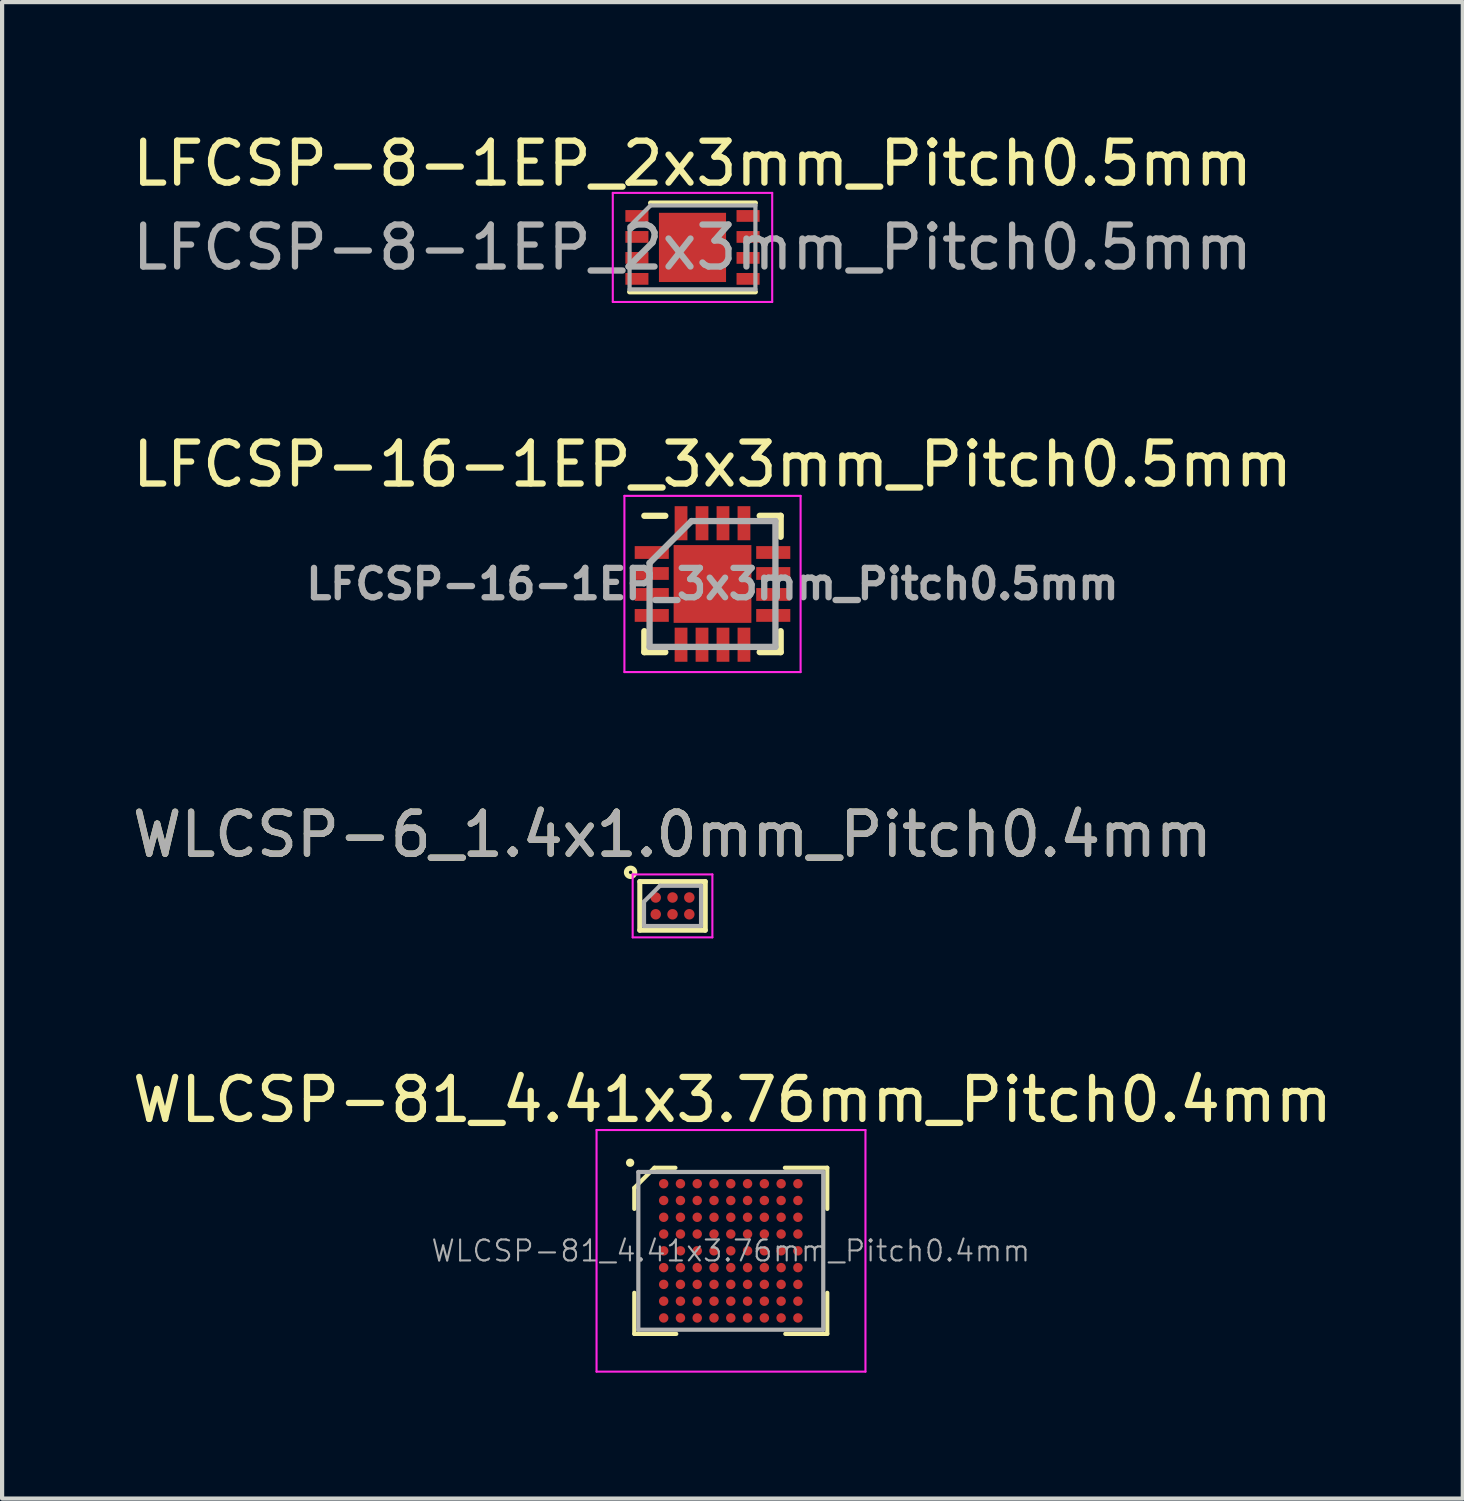
<source format=kicad_pcb>
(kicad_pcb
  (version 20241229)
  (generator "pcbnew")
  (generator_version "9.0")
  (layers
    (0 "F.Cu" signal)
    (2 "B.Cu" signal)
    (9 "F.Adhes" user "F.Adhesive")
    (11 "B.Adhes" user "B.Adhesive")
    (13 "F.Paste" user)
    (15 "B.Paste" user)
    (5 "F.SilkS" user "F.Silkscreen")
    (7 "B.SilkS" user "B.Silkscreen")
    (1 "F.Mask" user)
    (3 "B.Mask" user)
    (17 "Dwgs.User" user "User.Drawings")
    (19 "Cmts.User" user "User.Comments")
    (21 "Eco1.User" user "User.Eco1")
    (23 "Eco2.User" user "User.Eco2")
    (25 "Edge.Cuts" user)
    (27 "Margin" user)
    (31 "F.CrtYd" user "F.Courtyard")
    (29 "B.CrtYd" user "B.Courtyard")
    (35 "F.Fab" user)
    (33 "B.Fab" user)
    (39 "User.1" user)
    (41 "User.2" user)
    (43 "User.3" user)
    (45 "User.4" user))
  (footprint "LFCSP-16-1EP_3x3mm_Pitch0.5mm"
    (layer "F.Cu")
    (at 13.935 10.871)
    (property "Reference" "LFCSP-16-1EP_3x3mm_Pitch0.5mm" (at 0 -2.85 0) (layer "F.SilkS") (effects (font (size 1 1) (thickness 0.15))))
    (attr smd)
    (fp_line (start -1.625 -1.625) (end -1.125 -1.625) (stroke (width 0.15) (type solid)) (layer "F.SilkS"))
    (fp_line (start -1.625 1.625) (end -1.625 1.125) (stroke (width 0.15) (type solid)) (layer "F.SilkS"))
    (fp_line (start -1.625 1.625) (end -1.125 1.625) (stroke (width 0.15) (type solid)) (layer "F.SilkS"))
    (fp_line (start 1.625 -1.625) (end 1.125 -1.625) (stroke (width 0.15) (type solid)) (layer "F.SilkS"))
    (fp_line (start 1.625 -1.625) (end 1.625 -1.125) (stroke (width 0.15) (type solid)) (layer "F.SilkS"))
    (fp_line (start 1.625 1.625) (end 1.125 1.625) (stroke (width 0.15) (type solid)) (layer "F.SilkS"))
    (fp_line (start 1.625 1.625) (end 1.625 1.125) (stroke (width 0.15) (type solid)) (layer "F.SilkS"))
    (fp_line (start -2.1 -2.1) (end -2.1 2.1) (stroke (width 0.05) (type solid)) (layer "F.CrtYd"))
    (fp_line (start -2.1 -2.1) (end 2.1 -2.1) (stroke (width 0.05) (type solid)) (layer "F.CrtYd"))
    (fp_line (start -2.1 2.1) (end 2.1 2.1) (stroke (width 0.05) (type solid)) (layer "F.CrtYd"))
    (fp_line (start 2.1 -2.1) (end 2.1 2.1) (stroke (width 0.05) (type solid)) (layer "F.CrtYd"))
    (fp_line (start -1.5 -0.5) (end -0.5 -1.5) (stroke (width 0.15) (type solid)) (layer "F.Fab"))
    (fp_line (start -1.5 1.5) (end -1.5 -0.5) (stroke (width 0.15) (type solid)) (layer "F.Fab"))
    (fp_line (start -0.5 -1.5) (end 1.5 -1.5) (stroke (width 0.15) (type solid)) (layer "F.Fab"))
    (fp_line (start 1.5 -1.5) (end 1.5 1.5) (stroke (width 0.15) (type solid)) (layer "F.Fab"))
    (fp_line (start 1.5 1.5) (end -1.5 1.5) (stroke (width 0.15) (type solid)) (layer "F.Fab"))
    (fp_text user "${REFERENCE}" (at 0 0 0) (layer "F.Fab") (effects (font (size 0.7 0.7) (thickness 0.15))))
    (pad "" smd rect (at -0.45 -0.45) (size 0.7 0.7) (layers "F.Paste"))
    (pad "" smd rect (at -0.45 0.45) (size 0.7 0.7) (layers "F.Paste"))
    (pad "" smd rect (at 0.45 -0.45) (size 0.7 0.7) (layers "F.Paste"))
    (pad "" smd rect (at 0.45 0.45) (size 0.7 0.7) (layers "F.Paste"))
    (pad "1" smd rect (at -1.448 -0.75) (size 0.813 0.305) (layers "F.Cu" "F.Mask" "F.Paste"))
    (pad "2" smd rect (at -1.448 -0.25) (size 0.813 0.305) (layers "F.Cu" "F.Mask" "F.Paste"))
    (pad "3" smd rect (at -1.448 0.25) (size 0.813 0.305) (layers "F.Cu" "F.Mask" "F.Paste"))
    (pad "4" smd rect (at -1.448 0.75) (size 0.813 0.305) (layers "F.Cu" "F.Mask" "F.Paste"))
    (pad "5" smd rect (at -0.75 1.448) (size 0.305 0.813) (layers "F.Cu" "F.Mask" "F.Paste"))
    (pad "6" smd rect (at -0.25 1.448) (size 0.305 0.813) (layers "F.Cu" "F.Mask" "F.Paste"))
    (pad "7" smd rect (at 0.25 1.448) (size 0.305 0.813) (layers "F.Cu" "F.Mask" "F.Paste"))
    (pad "8" smd rect (at 0.75 1.448) (size 0.305 0.813) (layers "F.Cu" "F.Mask" "F.Paste"))
    (pad "9" smd rect (at 1.448 0.75) (size 0.813 0.305) (layers "F.Cu" "F.Mask" "F.Paste"))
    (pad "10" smd rect (at 1.448 0.25) (size 0.813 0.305) (layers "F.Cu" "F.Mask" "F.Paste"))
    (pad "11" smd rect (at 1.448 -0.25) (size 0.813 0.305) (layers "F.Cu" "F.Mask" "F.Paste"))
    (pad "12" smd rect (at 1.448 -0.75) (size 0.813 0.305) (layers "F.Cu" "F.Mask" "F.Paste"))
    (pad "13" smd rect (at 0.75 -1.448) (size 0.305 0.813) (layers "F.Cu" "F.Mask" "F.Paste"))
    (pad "14" smd rect (at 0.25 -1.448) (size 0.305 0.813) (layers "F.Cu" "F.Mask" "F.Paste"))
    (pad "15" smd rect (at -0.25 -1.448) (size 0.305 0.813) (layers "F.Cu" "F.Mask" "F.Paste"))
    (pad "16" smd rect (at -0.75 -1.448) (size 0.305 0.813) (layers "F.Cu" "F.Mask" "F.Paste"))
    (pad "17" smd rect (at 0 0) (size 1.854 1.854) (layers "F.Cu" "F.Mask")))
  (footprint "WLCSP-81_4.41x3.76mm_Pitch0.4mm"
    (layer "F.Cu")
    (at 14.371 26.768)
    (property "Reference" "WLCSP-81_4.41x3.76mm_Pitch0.4mm" (at 0.04 -3.6 0) (layer "F.SilkS") (effects (font (size 1 1) (thickness 0.15))))
    (attr smd)
    (fp_line (start -2.3 -1.5) (end -2.3 -1) (stroke (width 0.1) (type solid)) (layer "F.SilkS"))
    (fp_line (start -2.3 1) (end -2.3 1.98) (stroke (width 0.1) (type solid)) (layer "F.SilkS"))
    (fp_line (start -2.3 1.98) (end -1.3 1.98) (stroke (width 0.1) (type solid)) (layer "F.SilkS"))
    (fp_line (start -1.82 -1.98) (end -2.3 -1.5) (stroke (width 0.1) (type solid)) (layer "F.SilkS"))
    (fp_line (start -1.32 -1.98) (end -1.82 -1.98) (stroke (width 0.1) (type solid)) (layer "F.SilkS"))
    (fp_line (start 1.29 -1.98) (end 2.3 -1.98) (stroke (width 0.1) (type solid)) (layer "F.SilkS"))
    (fp_line (start 2.3 -1.98) (end 2.3 -1) (stroke (width 0.1) (type solid)) (layer "F.SilkS"))
    (fp_line (start 2.3 1) (end 2.3 1.98) (stroke (width 0.1) (type solid)) (layer "F.SilkS"))
    (fp_line (start 2.3 1.98) (end 1.3 1.98) (stroke (width 0.1) (type solid)) (layer "F.SilkS"))
    (fp_circle (center -2.4 -2.1) (end -2.35 -2.1) (stroke (width 0.1) (type solid)) (fill no) (layer "F.SilkS"))
    (fp_line (start -3.2 -2.88) (end -3.2 2.88) (stroke (width 0.05) (type solid)) (layer "F.CrtYd"))
    (fp_line (start -3.2 -2.88) (end 3.21 -2.88) (stroke (width 0.05) (type solid)) (layer "F.CrtYd"))
    (fp_line (start -3.2 2.88) (end 3.21 2.88) (stroke (width 0.05) (type solid)) (layer "F.CrtYd"))
    (fp_line (start 3.21 2.88) (end 3.21 -2.88) (stroke (width 0.05) (type solid)) (layer "F.CrtYd"))
    (fp_line (start -2.204 -1.88) (end -2.204 1.88) (stroke (width 0.1) (type solid)) (layer "F.Fab"))
    (fp_line (start -2.204 -1.88) (end 2.204 -1.88) (stroke (width 0.1) (type solid)) (layer "F.Fab"))
    (fp_line (start -2.204 1.88) (end 2.204 1.88) (stroke (width 0.1) (type solid)) (layer "F.Fab"))
    (fp_line (start 2.204 -1.88) (end 2.204 1.88) (stroke (width 0.1) (type solid)) (layer "F.Fab"))
    (fp_text user "${REFERENCE}" (at 0 0 0) (layer "F.Fab") (effects (font (size 0.5 0.5) (thickness 0.05))))
    (pad "A1" smd circle (at -1.6 -1.6) (size 0.225 0.225) (layers "F.Cu" "F.Mask" "F.Paste"))
    (pad "A2" smd circle (at -1.2 -1.6) (size 0.225 0.225) (layers "F.Cu" "F.Mask" "F.Paste"))
    (pad "A3" smd circle (at -0.8 -1.6) (size 0.225 0.225) (layers "F.Cu" "F.Mask" "F.Paste"))
    (pad "A4" smd circle (at -0.4 -1.6) (size 0.225 0.225) (layers "F.Cu" "F.Mask" "F.Paste"))
    (pad "A5" smd circle (at 0 -1.6) (size 0.225 0.225) (layers "F.Cu" "F.Mask" "F.Paste"))
    (pad "A6" smd circle (at 0.4 -1.6) (size 0.225 0.225) (layers "F.Cu" "F.Mask" "F.Paste"))
    (pad "A7" smd circle (at 0.8 -1.6) (size 0.225 0.225) (layers "F.Cu" "F.Mask" "F.Paste"))
    (pad "A8" smd circle (at 1.2 -1.6) (size 0.225 0.225) (layers "F.Cu" "F.Mask" "F.Paste"))
    (pad "A9" smd circle (at 1.6 -1.6) (size 0.225 0.225) (layers "F.Cu" "F.Mask" "F.Paste"))
    (pad "B1" smd circle (at -1.6 -1.2) (size 0.225 0.225) (layers "F.Cu" "F.Mask" "F.Paste"))
    (pad "B2" smd circle (at -1.2 -1.2) (size 0.225 0.225) (layers "F.Cu" "F.Mask" "F.Paste"))
    (pad "B3" smd circle (at -0.8 -1.2) (size 0.225 0.225) (layers "F.Cu" "F.Mask" "F.Paste"))
    (pad "B4" smd circle (at -0.4 -1.2) (size 0.225 0.225) (layers "F.Cu" "F.Mask" "F.Paste"))
    (pad "B5" smd circle (at 0 -1.2) (size 0.225 0.225) (layers "F.Cu" "F.Mask" "F.Paste"))
    (pad "B6" smd circle (at 0.4 -1.2) (size 0.225 0.225) (layers "F.Cu" "F.Mask" "F.Paste"))
    (pad "B7" smd circle (at 0.8 -1.2) (size 0.225 0.225) (layers "F.Cu" "F.Mask" "F.Paste"))
    (pad "B8" smd circle (at 1.2 -1.2) (size 0.225 0.225) (layers "F.Cu" "F.Mask" "F.Paste"))
    (pad "B9" smd circle (at 1.6 -1.2) (size 0.225 0.225) (layers "F.Cu" "F.Mask" "F.Paste"))
    (pad "C1" smd circle (at -1.6 -0.8) (size 0.225 0.225) (layers "F.Cu" "F.Mask" "F.Paste"))
    (pad "C2" smd circle (at -1.2 -0.8) (size 0.225 0.225) (layers "F.Cu" "F.Mask" "F.Paste"))
    (pad "C3" smd circle (at -0.8 -0.8) (size 0.225 0.225) (layers "F.Cu" "F.Mask" "F.Paste"))
    (pad "C4" smd circle (at -0.4 -0.8) (size 0.225 0.225) (layers "F.Cu" "F.Mask" "F.Paste"))
    (pad "C5" smd circle (at 0 -0.8) (size 0.225 0.225) (layers "F.Cu" "F.Mask" "F.Paste"))
    (pad "C6" smd circle (at 0.4 -0.8) (size 0.225 0.225) (layers "F.Cu" "F.Mask" "F.Paste"))
    (pad "C7" smd circle (at 0.8 -0.8) (size 0.225 0.225) (layers "F.Cu" "F.Mask" "F.Paste"))
    (pad "C8" smd circle (at 1.2 -0.8) (size 0.225 0.225) (layers "F.Cu" "F.Mask" "F.Paste"))
    (pad "C9" smd circle (at 1.6 -0.8) (size 0.225 0.225) (layers "F.Cu" "F.Mask" "F.Paste"))
    (pad "D1" smd circle (at -1.6 -0.4) (size 0.225 0.225) (layers "F.Cu" "F.Mask" "F.Paste"))
    (pad "D2" smd circle (at -1.2 -0.4) (size 0.225 0.225) (layers "F.Cu" "F.Mask" "F.Paste"))
    (pad "D3" smd circle (at -0.8 -0.4) (size 0.225 0.225) (layers "F.Cu" "F.Mask" "F.Paste"))
    (pad "D4" smd circle (at -0.4 -0.4) (size 0.225 0.225) (layers "F.Cu" "F.Mask" "F.Paste"))
    (pad "D5" smd circle (at 0 -0.4) (size 0.225 0.225) (layers "F.Cu" "F.Mask" "F.Paste"))
    (pad "D6" smd circle (at 0.4 -0.4) (size 0.225 0.225) (layers "F.Cu" "F.Mask" "F.Paste"))
    (pad "D7" smd circle (at 0.8 -0.4) (size 0.225 0.225) (layers "F.Cu" "F.Mask" "F.Paste"))
    (pad "D8" smd circle (at 1.2 -0.4) (size 0.225 0.225) (layers "F.Cu" "F.Mask" "F.Paste"))
    (pad "D9" smd circle (at 1.6 -0.4) (size 0.225 0.225) (layers "F.Cu" "F.Mask" "F.Paste"))
    (pad "E1" smd circle (at -1.6 0) (size 0.225 0.225) (layers "F.Cu" "F.Mask" "F.Paste"))
    (pad "E2" smd circle (at -1.2 0) (size 0.225 0.225) (layers "F.Cu" "F.Mask" "F.Paste"))
    (pad "E3" smd circle (at -0.8 0) (size 0.225 0.225) (layers "F.Cu" "F.Mask" "F.Paste"))
    (pad "E4" smd circle (at -0.4 0) (size 0.225 0.225) (layers "F.Cu" "F.Mask" "F.Paste"))
    (pad "E5" smd circle (at 0 0) (size 0.225 0.225) (layers "F.Cu" "F.Mask" "F.Paste"))
    (pad "E6" smd circle (at 0.4 0) (size 0.225 0.225) (layers "F.Cu" "F.Mask" "F.Paste"))
    (pad "E7" smd circle (at 0.8 0) (size 0.225 0.225) (layers "F.Cu" "F.Mask" "F.Paste"))
    (pad "E8" smd circle (at 1.2 0) (size 0.225 0.225) (layers "F.Cu" "F.Mask" "F.Paste"))
    (pad "E9" smd circle (at 1.6 0) (size 0.225 0.225) (layers "F.Cu" "F.Mask" "F.Paste"))
    (pad "F1" smd circle (at -1.6 0.4) (size 0.225 0.225) (layers "F.Cu" "F.Mask" "F.Paste"))
    (pad "F2" smd circle (at -1.2 0.4) (size 0.225 0.225) (layers "F.Cu" "F.Mask" "F.Paste"))
    (pad "F3" smd circle (at -0.8 0.4) (size 0.225 0.225) (layers "F.Cu" "F.Mask" "F.Paste"))
    (pad "F4" smd circle (at -0.4 0.4) (size 0.225 0.225) (layers "F.Cu" "F.Mask" "F.Paste"))
    (pad "F5" smd circle (at 0 0.4) (size 0.225 0.225) (layers "F.Cu" "F.Mask" "F.Paste"))
    (pad "F6" smd circle (at 0.4 0.4) (size 0.225 0.225) (layers "F.Cu" "F.Mask" "F.Paste"))
    (pad "F7" smd circle (at 0.8 0.4) (size 0.225 0.225) (layers "F.Cu" "F.Mask" "F.Paste"))
    (pad "F8" smd circle (at 1.2 0.4) (size 0.225 0.225) (layers "F.Cu" "F.Mask" "F.Paste"))
    (pad "F9" smd circle (at 1.6 0.4) (size 0.225 0.225) (layers "F.Cu" "F.Mask" "F.Paste"))
    (pad "G1" smd circle (at -1.6 0.8) (size 0.225 0.225) (layers "F.Cu" "F.Mask" "F.Paste"))
    (pad "G2" smd circle (at -1.2 0.8) (size 0.225 0.225) (layers "F.Cu" "F.Mask" "F.Paste"))
    (pad "G3" smd circle (at -0.8 0.8) (size 0.225 0.225) (layers "F.Cu" "F.Mask" "F.Paste"))
    (pad "G4" smd circle (at -0.4 0.8) (size 0.225 0.225) (layers "F.Cu" "F.Mask" "F.Paste"))
    (pad "G5" smd circle (at 0 0.8) (size 0.225 0.225) (layers "F.Cu" "F.Mask" "F.Paste"))
    (pad "G6" smd circle (at 0.4 0.8) (size 0.225 0.225) (layers "F.Cu" "F.Mask" "F.Paste"))
    (pad "G7" smd circle (at 0.8 0.8) (size 0.225 0.225) (layers "F.Cu" "F.Mask" "F.Paste"))
    (pad "G8" smd circle (at 1.2 0.8) (size 0.225 0.225) (layers "F.Cu" "F.Mask" "F.Paste"))
    (pad "G9" smd circle (at 1.6 0.8) (size 0.225 0.225) (layers "F.Cu" "F.Mask" "F.Paste"))
    (pad "H1" smd circle (at -1.6 1.2) (size 0.225 0.225) (layers "F.Cu" "F.Mask" "F.Paste"))
    (pad "H2" smd circle (at -1.2 1.2) (size 0.225 0.225) (layers "F.Cu" "F.Mask" "F.Paste"))
    (pad "H3" smd circle (at -0.8 1.2) (size 0.225 0.225) (layers "F.Cu" "F.Mask" "F.Paste"))
    (pad "H4" smd circle (at -0.4 1.2) (size 0.225 0.225) (layers "F.Cu" "F.Mask" "F.Paste"))
    (pad "H5" smd circle (at 0 1.2) (size 0.225 0.225) (layers "F.Cu" "F.Mask" "F.Paste"))
    (pad "H6" smd circle (at 0.4 1.2) (size 0.225 0.225) (layers "F.Cu" "F.Mask" "F.Paste"))
    (pad "H7" smd circle (at 0.8 1.2) (size 0.225 0.225) (layers "F.Cu" "F.Mask" "F.Paste"))
    (pad "H8" smd circle (at 1.2 1.2) (size 0.225 0.225) (layers "F.Cu" "F.Mask" "F.Paste"))
    (pad "H9" smd circle (at 1.6 1.2) (size 0.225 0.225) (layers "F.Cu" "F.Mask" "F.Paste"))
    (pad "J1" smd circle (at -1.6 1.6) (size 0.225 0.225) (layers "F.Cu" "F.Mask" "F.Paste"))
    (pad "J2" smd circle (at -1.2 1.6) (size 0.225 0.225) (layers "F.Cu" "F.Mask" "F.Paste"))
    (pad "J3" smd circle (at -0.8 1.6) (size 0.225 0.225) (layers "F.Cu" "F.Mask" "F.Paste"))
    (pad "J4" smd circle (at -0.4 1.6) (size 0.225 0.225) (layers "F.Cu" "F.Mask" "F.Paste"))
    (pad "J5" smd circle (at 0 1.6) (size 0.225 0.225) (layers "F.Cu" "F.Mask" "F.Paste"))
    (pad "J6" smd circle (at 0.4 1.6) (size 0.225 0.225) (layers "F.Cu" "F.Mask" "F.Paste"))
    (pad "J7" smd circle (at 0.8 1.6) (size 0.225 0.225) (layers "F.Cu" "F.Mask" "F.Paste"))
    (pad "J8" smd circle (at 1.2 1.6) (size 0.225 0.225) (layers "F.Cu" "F.Mask" "F.Paste"))
    (pad "J9" smd circle (at 1.6 1.6) (size 0.225 0.225) (layers "F.Cu" "F.Mask" "F.Paste")))
  (footprint "LFCSP-8-1EP_2x3mm_Pitch0.5mm"
    (layer "F.Cu")
    (at 13.458 2.848)
    (property "Reference" "LFCSP-8-1EP_2x3mm_Pitch0.5mm" (at 0 -2 0) (layer "F.SilkS") (effects (font (size 1 1) (thickness 0.15))))
    (attr smd)
    (fp_line (start -1 -1.06) (end 1.5 -1.06) (stroke (width 0.12) (type solid)) (layer "F.SilkS"))
    (fp_line (start 1.5 1.06) (end -1.5 1.06) (stroke (width 0.12) (type solid)) (layer "F.SilkS"))
    (fp_line (start -1.9 -1.3) (end 1.9 -1.3) (stroke (width 0.05) (type solid)) (layer "F.CrtYd"))
    (fp_line (start -1.9 1.3) (end -1.9 -1.3) (stroke (width 0.05) (type solid)) (layer "F.CrtYd"))
    (fp_line (start 1.9 -1.3) (end 1.9 1.3) (stroke (width 0.05) (type solid)) (layer "F.CrtYd"))
    (fp_line (start 1.9 1.3) (end -1.9 1.3) (stroke (width 0.05) (type solid)) (layer "F.CrtYd"))
    (fp_line (start -1.5 -0.5) (end -1.5 1) (stroke (width 0.1) (type solid)) (layer "F.Fab"))
    (fp_line (start -1 -1) (end -1.5 -0.5) (stroke (width 0.1) (type solid)) (layer "F.Fab"))
    (fp_line (start -1 -1) (end 1.5 -1) (stroke (width 0.1) (type solid)) (layer "F.Fab"))
    (fp_line (start 1.5 1) (end -1.5 1) (stroke (width 0.1) (type solid)) (layer "F.Fab"))
    (fp_line (start 1.5 1) (end 1.5 -1) (stroke (width 0.1) (type solid)) (layer "F.Fab"))
    (fp_text user "${REFERENCE}" (at 0 0 180) (layer "F.Fab") (effects (font (size 1 1) (thickness 0.15))))
    (pad "1" smd rect (at -1.325 -0.75) (size 0.55 0.28) (layers "F.Cu" "F.Mask" "F.Paste"))
    (pad "2" smd rect (at -1.325 -0.25) (size 0.55 0.28) (layers "F.Cu" "F.Mask" "F.Paste"))
    (pad "3" smd rect (at -1.325 0.25) (size 0.55 0.28) (layers "F.Cu" "F.Mask" "F.Paste"))
    (pad "4" smd rect (at -1.325 0.75) (size 0.55 0.28) (layers "F.Cu" "F.Mask" "F.Paste"))
    (pad "5" smd rect (at 1.325 0.75) (size 0.55 0.28) (layers "F.Cu" "F.Mask" "F.Paste"))
    (pad "6" smd rect (at 1.325 0.25) (size 0.55 0.28) (layers "F.Cu" "F.Mask" "F.Paste"))
    (pad "7" smd rect (at 1.325 -0.25) (size 0.55 0.28) (layers "F.Cu" "F.Mask" "F.Paste"))
    (pad "8" smd rect (at 1.325 -0.75) (size 0.55 0.28) (layers "F.Cu" "F.Mask" "F.Paste"))
    (pad "9" smd rect (at 0 0) (size 1.6 1.65) (layers "F.Cu" "F.Mask" "F.Paste")))
  (footprint "WLCSP-6_1.4x1.0mm_Pitch0.4mm"
    (layer "F.Cu")
    (at 12.982 18.545)
    (property "Reference" "WLCSP-6_1.4x1.0mm_Pitch0.4mm" (at 0 -1.7 0) (layer "F.SilkS") (effects (font (size 1 1) (thickness 0.15))))
    (attr smd)
    (fp_line (start -0.78 -0.58) (end 0.78 -0.58) (stroke (width 0.12) (type solid)) (layer "F.SilkS"))
    (fp_line (start -0.78 0.58) (end -0.78 -0.58) (stroke (width 0.12) (type solid)) (layer "F.SilkS"))
    (fp_line (start 0.78 -0.58) (end 0.78 0.58) (stroke (width 0.12) (type solid)) (layer "F.SilkS"))
    (fp_line (start 0.78 0.58) (end -0.78 0.58) (stroke (width 0.12) (type solid)) (layer "F.SilkS"))
    (fp_circle (center -1 -0.8) (end -0.9 -0.8) (stroke (width 0.12) (type solid)) (fill no) (layer "F.SilkS"))
    (fp_line (start -0.95 -0.75) (end 0.95 -0.75) (stroke (width 0.05) (type solid)) (layer "F.CrtYd"))
    (fp_line (start -0.95 0.75) (end -0.95 -0.75) (stroke (width 0.05) (type solid)) (layer "F.CrtYd"))
    (fp_line (start 0.95 -0.75) (end 0.95 0.75) (stroke (width 0.05) (type solid)) (layer "F.CrtYd"))
    (fp_line (start 0.95 0.75) (end -0.95 0.75) (stroke (width 0.05) (type solid)) (layer "F.CrtYd"))
    (fp_line (start -0.68 -0.1) (end -0.3 -0.48) (stroke (width 0.1) (type solid)) (layer "F.Fab"))
    (fp_line (start -0.68 0.48) (end -0.68 -0.1) (stroke (width 0.1) (type solid)) (layer "F.Fab"))
    (fp_line (start -0.3 -0.48) (end 0.68 -0.48) (stroke (width 0.1) (type solid)) (layer "F.Fab"))
    (fp_line (start 0.68 -0.48) (end 0.68 0.48) (stroke (width 0.1) (type solid)) (layer "F.Fab"))
    (fp_line (start 0.68 0.48) (end -0.68 0.48) (stroke (width 0.1) (type solid)) (layer "F.Fab"))
    (fp_text user "${REFERENCE}" (at 0 -1.7 0) (layer "F.Fab") (effects (font (size 1 1) (thickness 0.15))))
    (pad "A1" smd circle (at -0.4 -0.2 90) (size 0.25 0.25) (layers "F.Cu" "F.Mask" "F.Paste"))
    (pad "A2" smd circle (at -0.4 0.2 90) (size 0.25 0.25) (layers "F.Cu" "F.Mask" "F.Paste"))
    (pad "B1" smd circle (at 0 -0.2 90) (size 0.25 0.25) (layers "F.Cu" "F.Mask" "F.Paste"))
    (pad "B2" smd circle (at 0 0.2 90) (size 0.25 0.25) (layers "F.Cu" "F.Mask" "F.Paste"))
    (pad "C1" smd circle (at 0.4 -0.2 90) (size 0.25 0.25) (layers "F.Cu" "F.Mask" "F.Paste"))
    (pad "C2" smd circle (at 0.4 0.2 90) (size 0.25 0.25) (layers "F.Cu" "F.Mask" "F.Paste")))
  (gr_rect
    (start -3 -3)
    (end 31.821 32.673)
    (stroke (width 0.1) (type default))
    (fill no)
    (layer "Edge.Cuts")))
</source>
